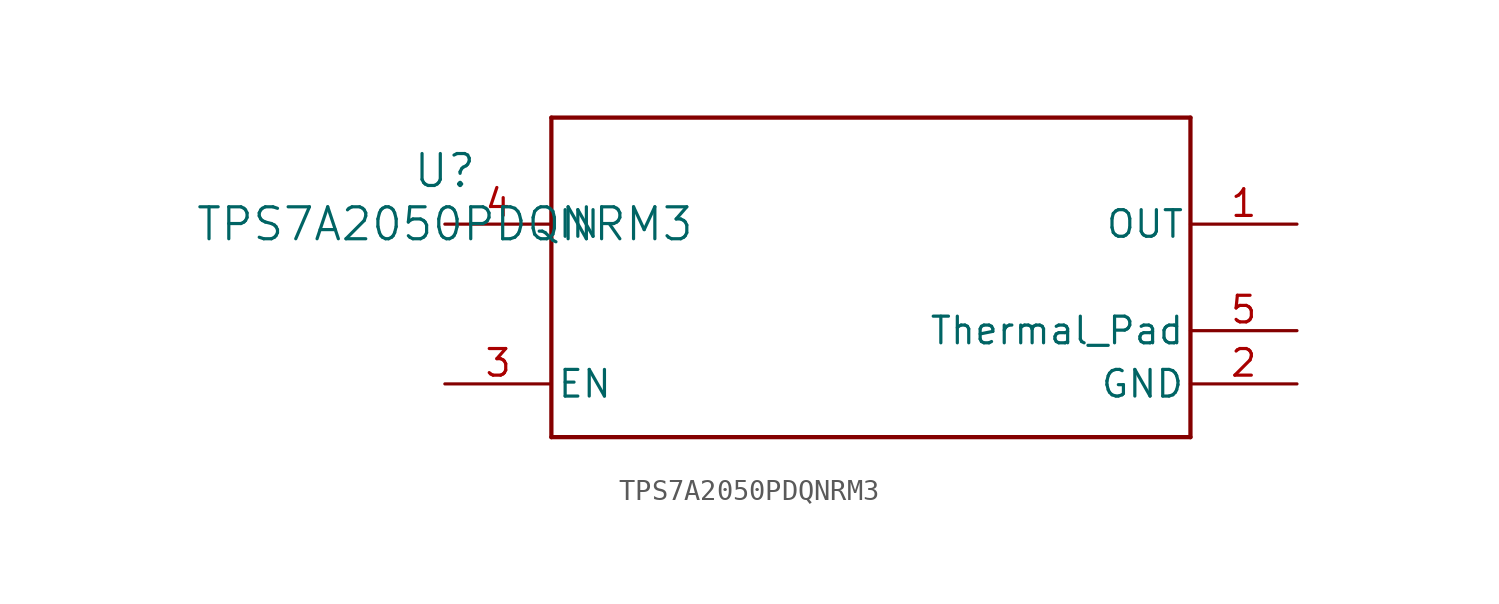
<source format=kicad_sym>
(kicad_symbol_lib
  (version 20211014)
  (generator kicad_symbol_editor)
  (symbol "TPS7A2050PDQNRM3"
    (pin_names
      (offset 0.254))
    (property "Reference" "U"
      (at 0 2.54 0)
      (effects (font (size 1.524 1.524))))
    (property "Value" "TPS7A2050PDQNRM3"
      (at 0 0 0)
      (effects (font (size 1.524 1.524))))
    (symbol "TPS7A2050PDQNRM3_0_1"
      (polyline (pts (xy 5.08 -10.16) (xy 35.56 -10.16)) (stroke (width 0.203) (type default) (color 0 0 0 0)) (fill (type none)))
      (polyline (pts (xy 35.56 -10.16) (xy 35.56 5.08)) (stroke (width 0.203) (type default) (color 0 0 0 0)) (fill (type none)))
      (polyline (pts (xy 35.56 5.08) (xy 5.08 5.08)) (stroke (width 0.203) (type default) (color 0 0 0 0)) (fill (type none)))
      (polyline (pts (xy 5.08 5.08) (xy 5.08 -10.16)) (stroke (width 0.203) (type default) (color 0 0 0 0)) (fill (type none)))
      (pin unspecified line (at 40.64 0 180) (length 5.08) (name "OUT" (effects (font (size 1.27 1.27)))) (number "1" (effects (font (size 1.27 1.27)))))
      (pin power_in line (at 40.64 -7.62 180) (length 5.08) (name "GND" (effects (font (size 1.27 1.27)))) (number "2" (effects (font (size 1.27 1.27)))))
      (pin input line (at 0 -7.62 0) (length 5.08) (name "EN" (effects (font (size 1.27 1.27)))) (number "3" (effects (font (size 1.27 1.27)))))
      (pin power_in line (at 0 0 0) (length 5.08) (name "IN" (effects (font (size 1.27 1.27)))) (number "4" (effects (font (size 1.27 1.27)))))
      (pin unspecified line (at 40.64 -5.08 180) (length 5.08) (name "Thermal_Pad" (effects (font (size 1.27 1.27)))) (number "5" (effects (font (size 1.27 1.27))))))))
</source>
